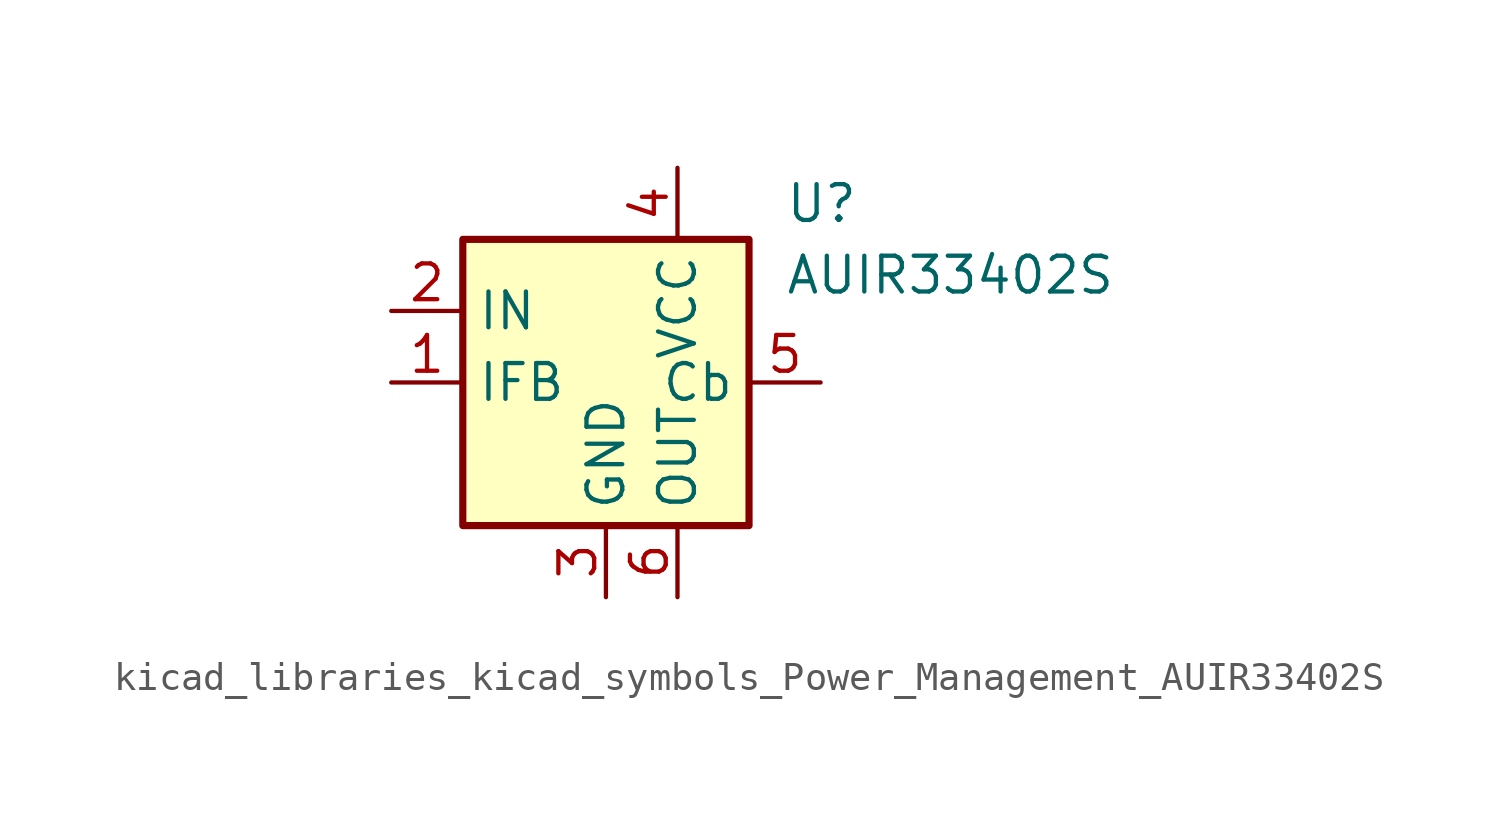
<source format=kicad_sym>
(kicad_symbol_lib
  (version 20220914)
  (generator kicad_symbol_editor)
  (symbol "kicad_libraries_kicad_symbols_Power_Management_AUIR33402S"
    (property "Reference" "U"
      (at 3.81 6.35 0)
      (effects (font (size 1.27 1.27)) (justify left)))
    (property "Value" "AUIR33402S"
      (at 3.81 3.81 0)
      (effects (font (size 1.27 1.27)) (justify left)))
    (symbol "kicad_libraries_kicad_symbols_Power_Management_AUIR33402S_0_1"
      (rectangle (start -7.62 5.08) (end 2.54 -5.08) (stroke (width 0.254) (type default)) (fill (type background))))
    (symbol "kicad_libraries_kicad_symbols_Power_Management_AUIR33402S_1_1"
      (pin output line (at -10.16 0 0) (length 2.54) (name "IFB" (effects (font (size 1.27 1.27)))) (number "1" (effects (font (size 1.27 1.27)))))
      (pin input line (at -10.16 2.54 0) (length 2.54) (name "IN" (effects (font (size 1.27 1.27)))) (number "2" (effects (font (size 1.27 1.27)))))
      (pin power_in line (at -2.54 -7.62 90) (length 2.54) (name "GND" (effects (font (size 1.27 1.27)))) (number "3" (effects (font (size 1.27 1.27)))))
      (pin power_in line (at 0 7.62 270) (length 2.54) (name "VCC" (effects (font (size 1.27 1.27)))) (number "4" (effects (font (size 1.27 1.27)))))
      (pin passive line (at 5.08 0 180) (length 2.54) (name "Cb" (effects (font (size 1.27 1.27)))) (number "5" (effects (font (size 1.27 1.27)))))
      (pin power_out line (at 0 -7.62 90) (length 2.54) (name "OUT" (effects (font (size 1.27 1.27)))) (number "6" (effects (font (size 1.27 1.27)))))
      (pin passive line (at 0 -7.62 90) (length 2.54) hide (name "OUT" (effects (font (size 1.27 1.27)))) (number "7" (effects (font (size 1.27 1.27))))))))
</source>
